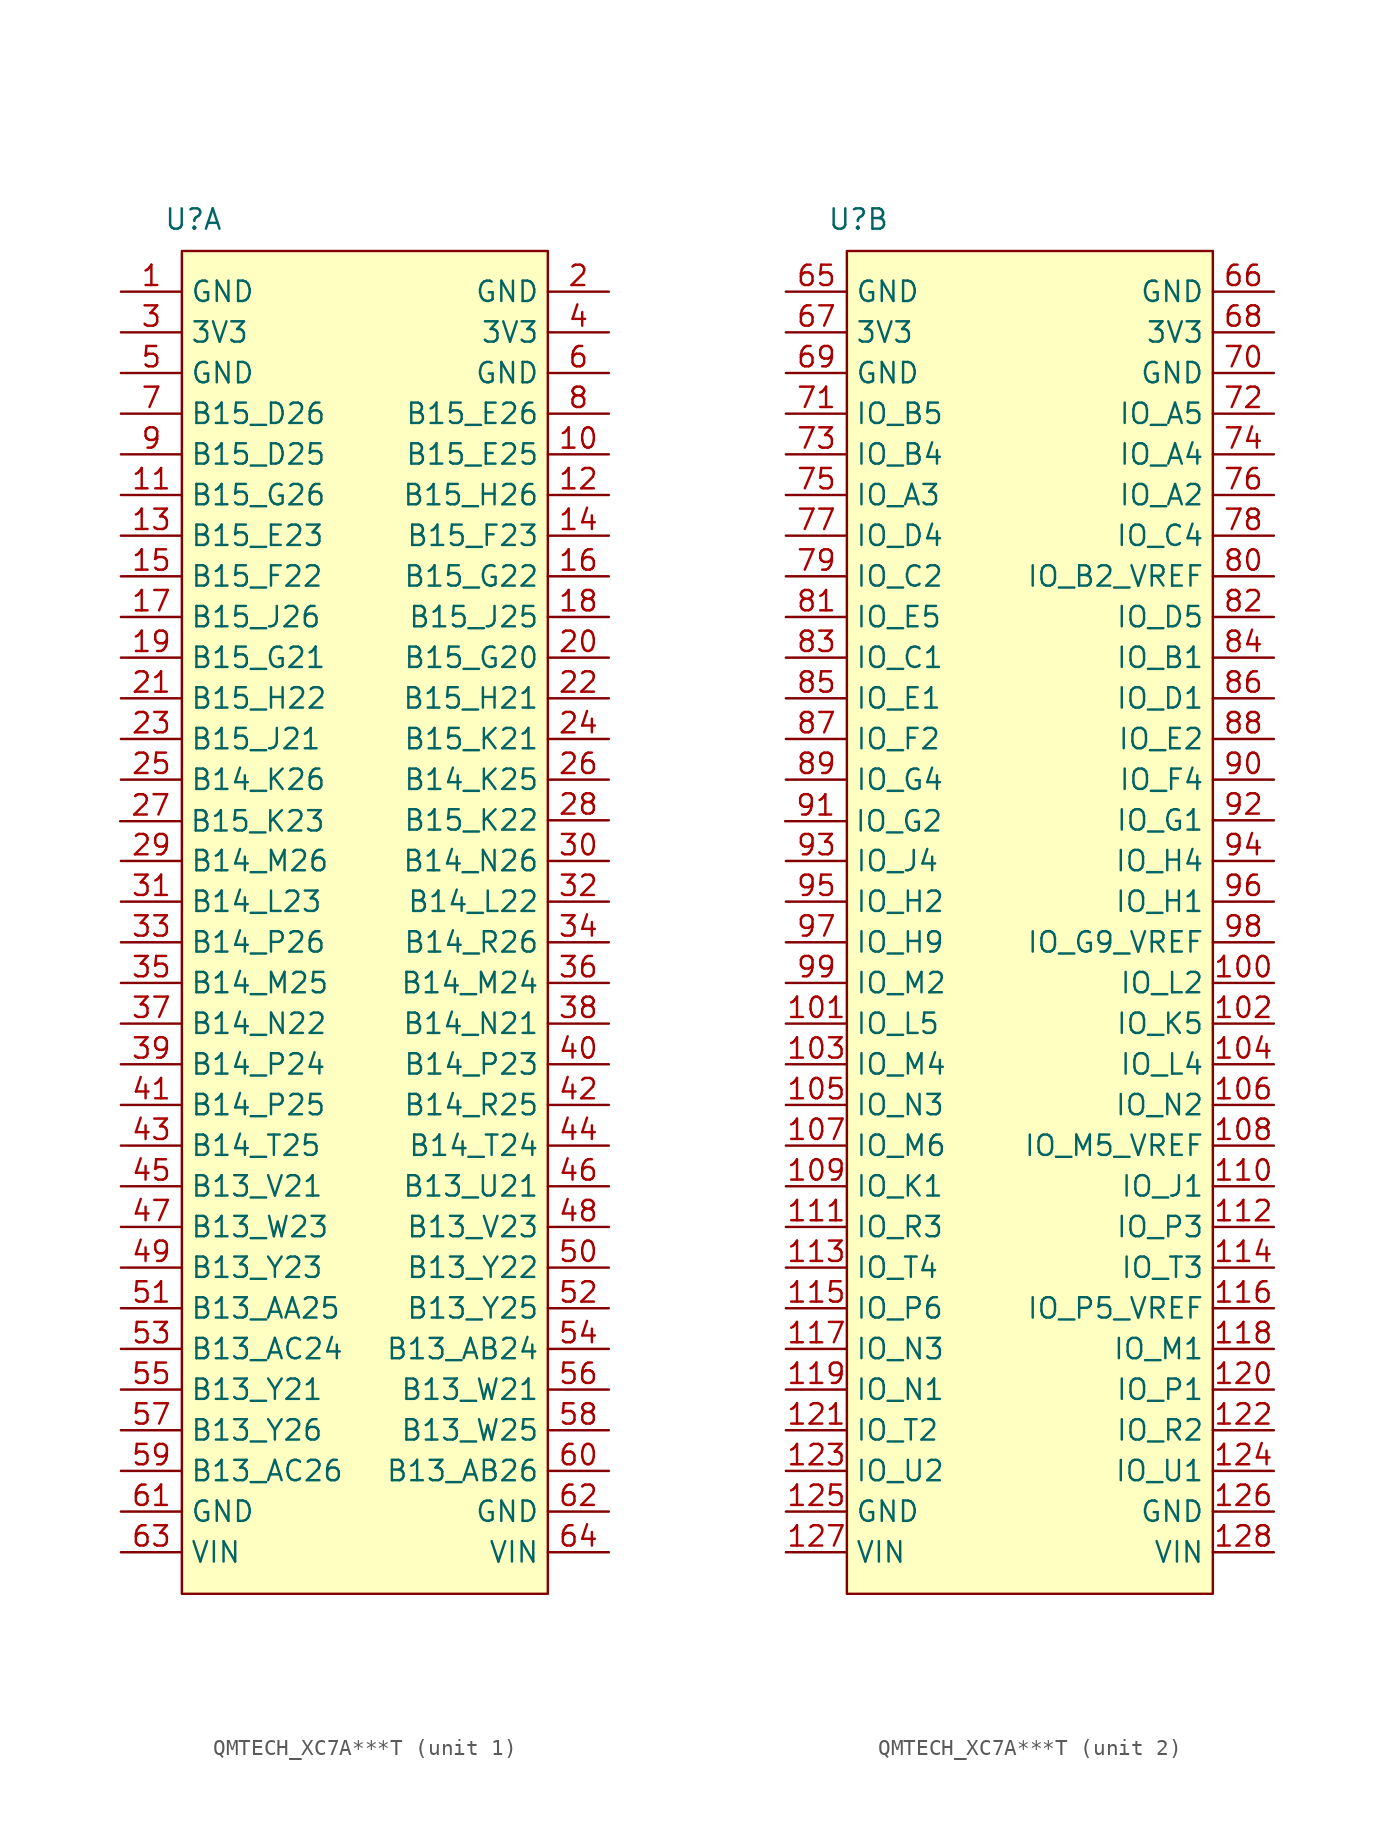
<source format=kicad_sym>
(kicad_symbol_lib
  (version 20231120)
  (generator "kicad_symbol_editor")
  (generator_version "8.0")
  (symbol "QMTECH_XC7A***T"
    (property "Reference" "U"
      (at -10.668 43.942 0)
      (effects (font (size 1.27 1.27))))
    (property "Value" ""
      (at 0.045 22.916 0)
      (effects (font (size 1.27 1.27))))
    (property "ki_locked" ""
      (at 0 0 0)
      (effects (font (size 1.27 1.27))))
    (symbol "QMTECH_XC7A***T_1_1"
      (rectangle (start -11.385 41.966) (end 11.475 -41.91) (stroke (width 0) (type default)) (fill (type background)))
      (pin output line (at -15.195 39.426 0) (length 3.81) (name "GND" (effects (font (size 1.27 1.27)))) (number "1" (effects (font (size 1.27 1.27)))))
      (pin bidirectional line (at 15.285 29.266 180) (length 3.81) (name "B15_E25" (effects (font (size 1.27 1.27)))) (number "10" (effects (font (size 1.27 1.27)))))
      (pin bidirectional line (at -15.195 26.726 0) (length 3.81) (name "B15_G26" (effects (font (size 1.27 1.27)))) (number "11" (effects (font (size 1.27 1.27)))))
      (pin bidirectional line (at 15.285 26.726 180) (length 3.81) (name "B15_H26" (effects (font (size 1.27 1.27)))) (number "12" (effects (font (size 1.27 1.27)))))
      (pin bidirectional line (at -15.195 24.186 0) (length 3.81) (name "B15_E23" (effects (font (size 1.27 1.27)))) (number "13" (effects (font (size 1.27 1.27)))))
      (pin bidirectional line (at 15.285 24.186 180) (length 3.81) (name "B15_F23" (effects (font (size 1.27 1.27)))) (number "14" (effects (font (size 1.27 1.27)))))
      (pin bidirectional line (at -15.195 21.646 0) (length 3.81) (name "B15_F22" (effects (font (size 1.27 1.27)))) (number "15" (effects (font (size 1.27 1.27)))))
      (pin bidirectional line (at 15.285 21.646 180) (length 3.81) (name "B15_G22" (effects (font (size 1.27 1.27)))) (number "16" (effects (font (size 1.27 1.27)))))
      (pin bidirectional line (at -15.195 19.106 0) (length 3.81) (name "B15_J26" (effects (font (size 1.27 1.27)))) (number "17" (effects (font (size 1.27 1.27)))))
      (pin bidirectional line (at 15.285 19.106 180) (length 3.81) (name "B15_J25" (effects (font (size 1.27 1.27)))) (number "18" (effects (font (size 1.27 1.27)))))
      (pin bidirectional line (at -15.195 16.566 0) (length 3.81) (name "B15_G21" (effects (font (size 1.27 1.27)))) (number "19" (effects (font (size 1.27 1.27)))))
      (pin output line (at 15.285 39.426 180) (length 3.81) (name "GND" (effects (font (size 1.27 1.27)))) (number "2" (effects (font (size 1.27 1.27)))))
      (pin bidirectional line (at 15.285 16.566 180) (length 3.81) (name "B15_G20" (effects (font (size 1.27 1.27)))) (number "20" (effects (font (size 1.27 1.27)))))
      (pin bidirectional line (at -15.195 14.026 0) (length 3.81) (name "B15_H22" (effects (font (size 1.27 1.27)))) (number "21" (effects (font (size 1.27 1.27)))))
      (pin bidirectional line (at 15.285 14.026 180) (length 3.81) (name "B15_H21" (effects (font (size 1.27 1.27)))) (number "22" (effects (font (size 1.27 1.27)))))
      (pin bidirectional line (at -15.195 11.486 0) (length 3.81) (name "B15_J21" (effects (font (size 1.27 1.27)))) (number "23" (effects (font (size 1.27 1.27)))))
      (pin bidirectional line (at 15.285 11.486 180) (length 3.81) (name "B15_K21" (effects (font (size 1.27 1.27)))) (number "24" (effects (font (size 1.27 1.27)))))
      (pin bidirectional line (at -15.195 8.946 0) (length 3.81) (name "B14_K26" (effects (font (size 1.27 1.27)))) (number "25" (effects (font (size 1.27 1.27)))))
      (pin bidirectional line (at 15.285 8.946 180) (length 3.81) (name "B14_K25" (effects (font (size 1.27 1.27)))) (number "26" (effects (font (size 1.27 1.27)))))
      (pin bidirectional line (at -15.24 6.35 0) (length 3.81) (name "B15_K23" (effects (font (size 1.27 1.27)))) (number "27" (effects (font (size 1.27 1.27)))))
      (pin bidirectional line (at 15.285 6.406 180) (length 3.81) (name "B15_K22" (effects (font (size 1.27 1.27)))) (number "28" (effects (font (size 1.27 1.27)))))
      (pin bidirectional line (at -15.195 3.866 0) (length 3.81) (name "B14_M26" (effects (font (size 1.27 1.27)))) (number "29" (effects (font (size 1.27 1.27)))))
      (pin output line (at -15.195 36.886 0) (length 3.81) (name "3V3" (effects (font (size 1.27 1.27)))) (number "3" (effects (font (size 1.27 1.27)))))
      (pin bidirectional line (at 15.285 3.866 180) (length 3.81) (name "B14_N26" (effects (font (size 1.27 1.27)))) (number "30" (effects (font (size 1.27 1.27)))))
      (pin bidirectional line (at -15.195 1.326 0) (length 3.81) (name "B14_L23" (effects (font (size 1.27 1.27)))) (number "31" (effects (font (size 1.27 1.27)))))
      (pin bidirectional line (at 15.285 1.326 180) (length 3.81) (name "B14_L22" (effects (font (size 1.27 1.27)))) (number "32" (effects (font (size 1.27 1.27)))))
      (pin bidirectional line (at -15.195 -1.214 0) (length 3.81) (name "B14_P26" (effects (font (size 1.27 1.27)))) (number "33" (effects (font (size 1.27 1.27)))))
      (pin bidirectional line (at 15.285 -1.214 180) (length 3.81) (name "B14_R26" (effects (font (size 1.27 1.27)))) (number "34" (effects (font (size 1.27 1.27)))))
      (pin bidirectional line (at -15.195 -3.754 0) (length 3.81) (name "B14_M25" (effects (font (size 1.27 1.27)))) (number "35" (effects (font (size 1.27 1.27)))))
      (pin bidirectional line (at 15.285 -3.754 180) (length 3.81) (name "B14_M24" (effects (font (size 1.27 1.27)))) (number "36" (effects (font (size 1.27 1.27)))))
      (pin bidirectional line (at -15.195 -6.294 0) (length 3.81) (name "B14_N22" (effects (font (size 1.27 1.27)))) (number "37" (effects (font (size 1.27 1.27)))))
      (pin bidirectional line (at 15.285 -6.294 180) (length 3.81) (name "B14_N21" (effects (font (size 1.27 1.27)))) (number "38" (effects (font (size 1.27 1.27)))))
      (pin bidirectional line (at -15.195 -8.834 0) (length 3.81) (name "B14_P24" (effects (font (size 1.27 1.27)))) (number "39" (effects (font (size 1.27 1.27)))))
      (pin output line (at 15.285 36.886 180) (length 3.81) (name "3V3" (effects (font (size 1.27 1.27)))) (number "4" (effects (font (size 1.27 1.27)))))
      (pin bidirectional line (at 15.285 -8.834 180) (length 3.81) (name "B14_P23" (effects (font (size 1.27 1.27)))) (number "40" (effects (font (size 1.27 1.27)))))
      (pin bidirectional line (at -15.195 -11.374 0) (length 3.81) (name "B14_P25" (effects (font (size 1.27 1.27)))) (number "41" (effects (font (size 1.27 1.27)))))
      (pin bidirectional line (at 15.285 -11.374 180) (length 3.81) (name "B14_R25" (effects (font (size 1.27 1.27)))) (number "42" (effects (font (size 1.27 1.27)))))
      (pin bidirectional line (at -15.195 -13.914 0) (length 3.81) (name "B14_T25" (effects (font (size 1.27 1.27)))) (number "43" (effects (font (size 1.27 1.27)))))
      (pin bidirectional line (at 15.285 -13.914 180) (length 3.81) (name "B14_T24" (effects (font (size 1.27 1.27)))) (number "44" (effects (font (size 1.27 1.27)))))
      (pin bidirectional line (at -15.195 -16.454 0) (length 3.81) (name "B13_V21" (effects (font (size 1.27 1.27)))) (number "45" (effects (font (size 1.27 1.27)))))
      (pin bidirectional line (at 15.285 -16.454 180) (length 3.81) (name "B13_U21" (effects (font (size 1.27 1.27)))) (number "46" (effects (font (size 1.27 1.27)))))
      (pin bidirectional line (at -15.195 -18.994 0) (length 3.81) (name "B13_W23" (effects (font (size 1.27 1.27)))) (number "47" (effects (font (size 1.27 1.27)))))
      (pin bidirectional line (at 15.285 -18.994 180) (length 3.81) (name "B13_V23" (effects (font (size 1.27 1.27)))) (number "48" (effects (font (size 1.27 1.27)))))
      (pin bidirectional line (at -15.195 -21.534 0) (length 3.81) (name "B13_Y23" (effects (font (size 1.27 1.27)))) (number "49" (effects (font (size 1.27 1.27)))))
      (pin output line (at -15.195 34.346 0) (length 3.81) (name "GND" (effects (font (size 1.27 1.27)))) (number "5" (effects (font (size 1.27 1.27)))))
      (pin bidirectional line (at 15.285 -21.534 180) (length 3.81) (name "B13_Y22" (effects (font (size 1.27 1.27)))) (number "50" (effects (font (size 1.27 1.27)))))
      (pin bidirectional line (at -15.195 -24.074 0) (length 3.81) (name "B13_AA25" (effects (font (size 1.27 1.27)))) (number "51" (effects (font (size 1.27 1.27)))))
      (pin bidirectional line (at 15.285 -24.074 180) (length 3.81) (name "B13_Y25" (effects (font (size 1.27 1.27)))) (number "52" (effects (font (size 1.27 1.27)))))
      (pin bidirectional line (at -15.195 -26.614 0) (length 3.81) (name "B13_AC24" (effects (font (size 1.27 1.27)))) (number "53" (effects (font (size 1.27 1.27)))))
      (pin bidirectional line (at 15.285 -26.614 180) (length 3.81) (name "B13_AB24" (effects (font (size 1.27 1.27)))) (number "54" (effects (font (size 1.27 1.27)))))
      (pin bidirectional line (at -15.195 -29.154 0) (length 3.81) (name "B13_Y21" (effects (font (size 1.27 1.27)))) (number "55" (effects (font (size 1.27 1.27)))))
      (pin bidirectional line (at 15.285 -29.154 180) (length 3.81) (name "B13_W21" (effects (font (size 1.27 1.27)))) (number "56" (effects (font (size 1.27 1.27)))))
      (pin bidirectional line (at -15.195 -31.694 0) (length 3.81) (name "B13_Y26" (effects (font (size 1.27 1.27)))) (number "57" (effects (font (size 1.27 1.27)))))
      (pin bidirectional line (at 15.285 -31.694 180) (length 3.81) (name "B13_W25" (effects (font (size 1.27 1.27)))) (number "58" (effects (font (size 1.27 1.27)))))
      (pin bidirectional line (at -15.195 -34.234 0) (length 3.81) (name "B13_AC26" (effects (font (size 1.27 1.27)))) (number "59" (effects (font (size 1.27 1.27)))))
      (pin output line (at 15.285 34.346 180) (length 3.81) (name "GND" (effects (font (size 1.27 1.27)))) (number "6" (effects (font (size 1.27 1.27)))))
      (pin bidirectional line (at 15.285 -34.234 180) (length 3.81) (name "B13_AB26" (effects (font (size 1.27 1.27)))) (number "60" (effects (font (size 1.27 1.27)))))
      (pin output line (at -15.195 -36.774 0) (length 3.81) (name "GND" (effects (font (size 1.27 1.27)))) (number "61" (effects (font (size 1.27 1.27)))))
      (pin output line (at 15.285 -36.774 180) (length 3.81) (name "GND" (effects (font (size 1.27 1.27)))) (number "62" (effects (font (size 1.27 1.27)))))
      (pin input line (at -15.195 -39.314 0) (length 3.81) (name "VIN" (effects (font (size 1.27 1.27)))) (number "63" (effects (font (size 1.27 1.27)))))
      (pin input line (at 15.285 -39.314 180) (length 3.81) (name "VIN" (effects (font (size 1.27 1.27)))) (number "64" (effects (font (size 1.27 1.27)))))
      (pin bidirectional line (at -15.195 31.806 0) (length 3.81) (name "B15_D26" (effects (font (size 1.27 1.27)))) (number "7" (effects (font (size 1.27 1.27)))))
      (pin bidirectional line (at 15.285 31.806 180) (length 3.81) (name "B15_E26" (effects (font (size 1.27 1.27)))) (number "8" (effects (font (size 1.27 1.27)))))
      (pin bidirectional line (at -15.195 29.266 0) (length 3.81) (name "B15_D25" (effects (font (size 1.27 1.27)))) (number "9" (effects (font (size 1.27 1.27))))))
    (symbol "QMTECH_XC7A***T_2_1"
      (rectangle (start -11.385 41.966) (end 11.475 -41.91) (stroke (width 0) (type default)) (fill (type background)))
      (pin bidirectional line (at 15.285 -3.754 180) (length 3.81) (name "IO_L2" (effects (font (size 1.27 1.27)))) (number "100" (effects (font (size 1.27 1.27)))))
      (pin bidirectional line (at -15.195 -6.294 0) (length 3.81) (name "IO_L5" (effects (font (size 1.27 1.27)))) (number "101" (effects (font (size 1.27 1.27)))))
      (pin bidirectional line (at 15.285 -6.294 180) (length 3.81) (name "IO_K5" (effects (font (size 1.27 1.27)))) (number "102" (effects (font (size 1.27 1.27)))))
      (pin bidirectional line (at -15.195 -8.834 0) (length 3.81) (name "IO_M4" (effects (font (size 1.27 1.27)))) (number "103" (effects (font (size 1.27 1.27)))))
      (pin bidirectional line (at 15.285 -8.834 180) (length 3.81) (name "IO_L4" (effects (font (size 1.27 1.27)))) (number "104" (effects (font (size 1.27 1.27)))))
      (pin bidirectional line (at -15.195 -11.374 0) (length 3.81) (name "IO_N3" (effects (font (size 1.27 1.27)))) (number "105" (effects (font (size 1.27 1.27)))))
      (pin bidirectional line (at 15.285 -11.374 180) (length 3.81) (name "IO_N2" (effects (font (size 1.27 1.27)))) (number "106" (effects (font (size 1.27 1.27)))))
      (pin bidirectional line (at -15.195 -13.914 0) (length 3.81) (name "IO_M6" (effects (font (size 1.27 1.27)))) (number "107" (effects (font (size 1.27 1.27)))))
      (pin bidirectional line (at 15.285 -13.914 180) (length 3.81) (name "IO_M5_VREF" (effects (font (size 1.27 1.27)))) (number "108" (effects (font (size 1.27 1.27)))))
      (pin bidirectional line (at -15.195 -16.454 0) (length 3.81) (name "IO_K1" (effects (font (size 1.27 1.27)))) (number "109" (effects (font (size 1.27 1.27)))))
      (pin bidirectional line (at 15.285 -16.454 180) (length 3.81) (name "IO_J1" (effects (font (size 1.27 1.27)))) (number "110" (effects (font (size 1.27 1.27)))))
      (pin bidirectional line (at -15.195 -18.994 0) (length 3.81) (name "IO_R3" (effects (font (size 1.27 1.27)))) (number "111" (effects (font (size 1.27 1.27)))))
      (pin bidirectional line (at 15.285 -18.994 180) (length 3.81) (name "IO_P3" (effects (font (size 1.27 1.27)))) (number "112" (effects (font (size 1.27 1.27)))))
      (pin bidirectional line (at -15.195 -21.534 0) (length 3.81) (name "IO_T4" (effects (font (size 1.27 1.27)))) (number "113" (effects (font (size 1.27 1.27)))))
      (pin bidirectional line (at 15.285 -21.534 180) (length 3.81) (name "IO_T3" (effects (font (size 1.27 1.27)))) (number "114" (effects (font (size 1.27 1.27)))))
      (pin bidirectional line (at -15.195 -24.074 0) (length 3.81) (name "IO_P6" (effects (font (size 1.27 1.27)))) (number "115" (effects (font (size 1.27 1.27)))))
      (pin bidirectional line (at 15.285 -24.074 180) (length 3.81) (name "IO_P5_VREF" (effects (font (size 1.27 1.27)))) (number "116" (effects (font (size 1.27 1.27)))))
      (pin bidirectional line (at -15.195 -26.614 0) (length 3.81) (name "IO_N3" (effects (font (size 1.27 1.27)))) (number "117" (effects (font (size 1.27 1.27)))))
      (pin bidirectional line (at 15.285 -26.614 180) (length 3.81) (name "IO_M1" (effects (font (size 1.27 1.27)))) (number "118" (effects (font (size 1.27 1.27)))))
      (pin bidirectional line (at -15.195 -29.154 0) (length 3.81) (name "IO_N1" (effects (font (size 1.27 1.27)))) (number "119" (effects (font (size 1.27 1.27)))))
      (pin bidirectional line (at 15.285 -29.154 180) (length 3.81) (name "IO_P1" (effects (font (size 1.27 1.27)))) (number "120" (effects (font (size 1.27 1.27)))))
      (pin bidirectional line (at -15.195 -31.694 0) (length 3.81) (name "IO_T2" (effects (font (size 1.27 1.27)))) (number "121" (effects (font (size 1.27 1.27)))))
      (pin bidirectional line (at 15.285 -31.694 180) (length 3.81) (name "IO_R2" (effects (font (size 1.27 1.27)))) (number "122" (effects (font (size 1.27 1.27)))))
      (pin bidirectional line (at -15.195 -34.234 0) (length 3.81) (name "IO_U2" (effects (font (size 1.27 1.27)))) (number "123" (effects (font (size 1.27 1.27)))))
      (pin bidirectional line (at 15.285 -34.234 180) (length 3.81) (name "IO_U1" (effects (font (size 1.27 1.27)))) (number "124" (effects (font (size 1.27 1.27)))))
      (pin output line (at -15.195 -36.774 0) (length 3.81) (name "GND" (effects (font (size 1.27 1.27)))) (number "125" (effects (font (size 1.27 1.27)))))
      (pin output line (at 15.285 -36.774 180) (length 3.81) (name "GND" (effects (font (size 1.27 1.27)))) (number "126" (effects (font (size 1.27 1.27)))))
      (pin input line (at -15.195 -39.314 0) (length 3.81) (name "VIN" (effects (font (size 1.27 1.27)))) (number "127" (effects (font (size 1.27 1.27)))))
      (pin input line (at 15.285 -39.314 180) (length 3.81) (name "VIN" (effects (font (size 1.27 1.27)))) (number "128" (effects (font (size 1.27 1.27)))))
      (pin output line (at -15.195 39.426 0) (length 3.81) (name "GND" (effects (font (size 1.27 1.27)))) (number "65" (effects (font (size 1.27 1.27)))))
      (pin output line (at 15.285 39.426 180) (length 3.81) (name "GND" (effects (font (size 1.27 1.27)))) (number "66" (effects (font (size 1.27 1.27)))))
      (pin output line (at -15.195 36.886 0) (length 3.81) (name "3V3" (effects (font (size 1.27 1.27)))) (number "67" (effects (font (size 1.27 1.27)))))
      (pin output line (at 15.285 36.886 180) (length 3.81) (name "3V3" (effects (font (size 1.27 1.27)))) (number "68" (effects (font (size 1.27 1.27)))))
      (pin output line (at -15.195 34.346 0) (length 3.81) (name "GND" (effects (font (size 1.27 1.27)))) (number "69" (effects (font (size 1.27 1.27)))))
      (pin output line (at 15.285 34.346 180) (length 3.81) (name "GND" (effects (font (size 1.27 1.27)))) (number "70" (effects (font (size 1.27 1.27)))))
      (pin bidirectional line (at -15.195 31.806 0) (length 3.81) (name "IO_B5" (effects (font (size 1.27 1.27)))) (number "71" (effects (font (size 1.27 1.27)))))
      (pin bidirectional line (at 15.285 31.806 180) (length 3.81) (name "IO_A5" (effects (font (size 1.27 1.27)))) (number "72" (effects (font (size 1.27 1.27)))))
      (pin bidirectional line (at -15.195 29.266 0) (length 3.81) (name "IO_B4" (effects (font (size 1.27 1.27)))) (number "73" (effects (font (size 1.27 1.27)))))
      (pin bidirectional line (at 15.285 29.266 180) (length 3.81) (name "IO_A4" (effects (font (size 1.27 1.27)))) (number "74" (effects (font (size 1.27 1.27)))))
      (pin bidirectional line (at -15.195 26.726 0) (length 3.81) (name "IO_A3" (effects (font (size 1.27 1.27)))) (number "75" (effects (font (size 1.27 1.27)))))
      (pin bidirectional line (at 15.285 26.726 180) (length 3.81) (name "IO_A2" (effects (font (size 1.27 1.27)))) (number "76" (effects (font (size 1.27 1.27)))))
      (pin bidirectional line (at -15.195 24.186 0) (length 3.81) (name "IO_D4" (effects (font (size 1.27 1.27)))) (number "77" (effects (font (size 1.27 1.27)))))
      (pin bidirectional line (at 15.285 24.186 180) (length 3.81) (name "IO_C4" (effects (font (size 1.27 1.27)))) (number "78" (effects (font (size 1.27 1.27)))))
      (pin bidirectional line (at -15.195 21.646 0) (length 3.81) (name "IO_C2" (effects (font (size 1.27 1.27)))) (number "79" (effects (font (size 1.27 1.27)))))
      (pin bidirectional line (at 15.285 21.646 180) (length 3.81) (name "IO_B2_VREF" (effects (font (size 1.27 1.27)))) (number "80" (effects (font (size 1.27 1.27)))))
      (pin bidirectional line (at -15.195 19.106 0) (length 3.81) (name "IO_E5" (effects (font (size 1.27 1.27)))) (number "81" (effects (font (size 1.27 1.27)))))
      (pin bidirectional line (at 15.285 19.106 180) (length 3.81) (name "IO_D5" (effects (font (size 1.27 1.27)))) (number "82" (effects (font (size 1.27 1.27)))))
      (pin bidirectional line (at -15.195 16.566 0) (length 3.81) (name "IO_C1" (effects (font (size 1.27 1.27)))) (number "83" (effects (font (size 1.27 1.27)))))
      (pin bidirectional line (at 15.285 16.566 180) (length 3.81) (name "IO_B1" (effects (font (size 1.27 1.27)))) (number "84" (effects (font (size 1.27 1.27)))))
      (pin bidirectional line (at -15.195 14.026 0) (length 3.81) (name "IO_E1" (effects (font (size 1.27 1.27)))) (number "85" (effects (font (size 1.27 1.27)))))
      (pin bidirectional line (at 15.285 14.026 180) (length 3.81) (name "IO_D1" (effects (font (size 1.27 1.27)))) (number "86" (effects (font (size 1.27 1.27)))))
      (pin bidirectional line (at -15.195 11.486 0) (length 3.81) (name "IO_F2" (effects (font (size 1.27 1.27)))) (number "87" (effects (font (size 1.27 1.27)))))
      (pin bidirectional line (at 15.285 11.486 180) (length 3.81) (name "IO_E2" (effects (font (size 1.27 1.27)))) (number "88" (effects (font (size 1.27 1.27)))))
      (pin bidirectional line (at -15.195 8.946 0) (length 3.81) (name "IO_G4" (effects (font (size 1.27 1.27)))) (number "89" (effects (font (size 1.27 1.27)))))
      (pin bidirectional line (at 15.285 8.946 180) (length 3.81) (name "IO_F4" (effects (font (size 1.27 1.27)))) (number "90" (effects (font (size 1.27 1.27)))))
      (pin bidirectional line (at -15.24 6.35 0) (length 3.81) (name "IO_G2" (effects (font (size 1.27 1.27)))) (number "91" (effects (font (size 1.27 1.27)))))
      (pin bidirectional line (at 15.285 6.406 180) (length 3.81) (name "IO_G1" (effects (font (size 1.27 1.27)))) (number "92" (effects (font (size 1.27 1.27)))))
      (pin bidirectional line (at -15.195 3.866 0) (length 3.81) (name "IO_J4" (effects (font (size 1.27 1.27)))) (number "93" (effects (font (size 1.27 1.27)))))
      (pin bidirectional line (at 15.285 3.866 180) (length 3.81) (name "IO_H4" (effects (font (size 1.27 1.27)))) (number "94" (effects (font (size 1.27 1.27)))))
      (pin bidirectional line (at -15.195 1.326 0) (length 3.81) (name "IO_H2" (effects (font (size 1.27 1.27)))) (number "95" (effects (font (size 1.27 1.27)))))
      (pin bidirectional line (at 15.285 1.326 180) (length 3.81) (name "IO_H1" (effects (font (size 1.27 1.27)))) (number "96" (effects (font (size 1.27 1.27)))))
      (pin bidirectional line (at -15.195 -1.214 0) (length 3.81) (name "IO_H9" (effects (font (size 1.27 1.27)))) (number "97" (effects (font (size 1.27 1.27)))))
      (pin bidirectional line (at 15.285 -1.214 180) (length 3.81) (name "IO_G9_VREF" (effects (font (size 1.27 1.27)))) (number "98" (effects (font (size 1.27 1.27)))))
      (pin bidirectional line (at -15.195 -3.754 0) (length 3.81) (name "IO_M2" (effects (font (size 1.27 1.27)))) (number "99" (effects (font (size 1.27 1.27))))))))
</source>
